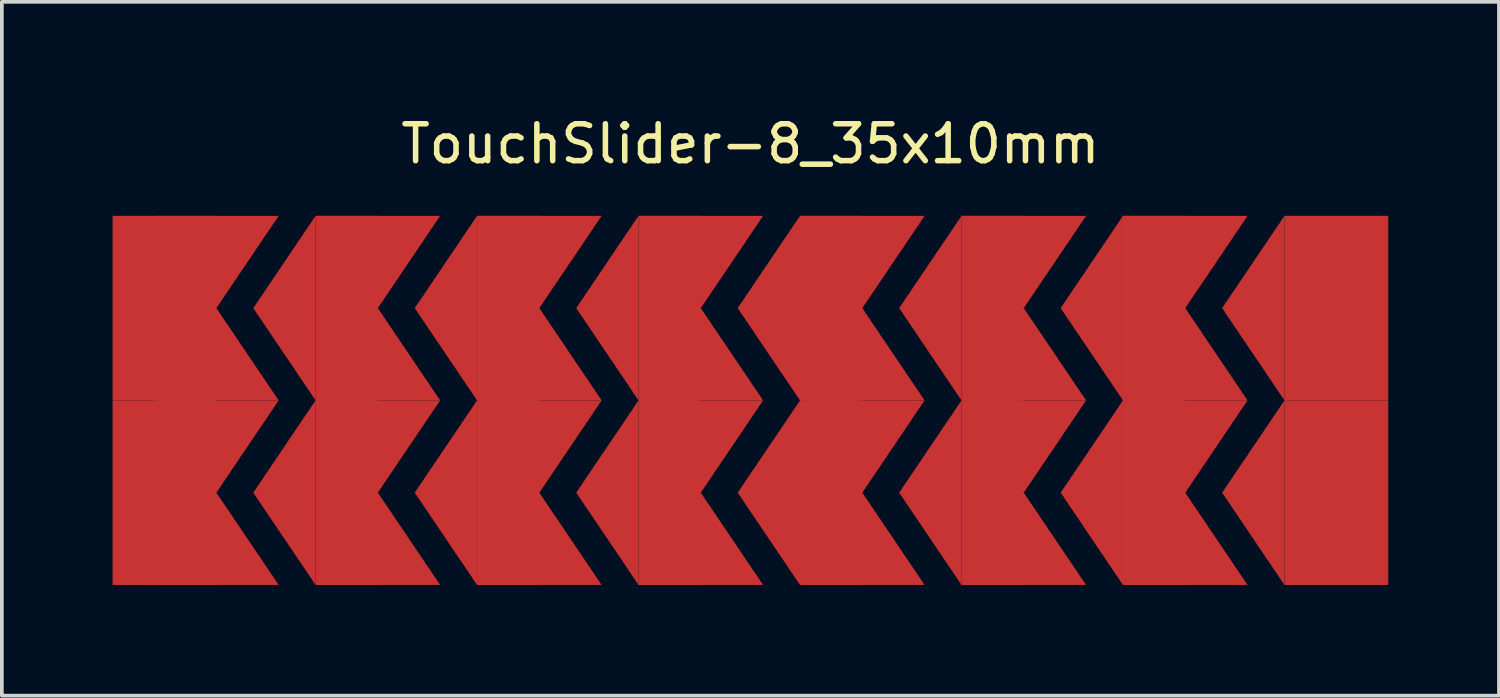
<source format=kicad_pcb>
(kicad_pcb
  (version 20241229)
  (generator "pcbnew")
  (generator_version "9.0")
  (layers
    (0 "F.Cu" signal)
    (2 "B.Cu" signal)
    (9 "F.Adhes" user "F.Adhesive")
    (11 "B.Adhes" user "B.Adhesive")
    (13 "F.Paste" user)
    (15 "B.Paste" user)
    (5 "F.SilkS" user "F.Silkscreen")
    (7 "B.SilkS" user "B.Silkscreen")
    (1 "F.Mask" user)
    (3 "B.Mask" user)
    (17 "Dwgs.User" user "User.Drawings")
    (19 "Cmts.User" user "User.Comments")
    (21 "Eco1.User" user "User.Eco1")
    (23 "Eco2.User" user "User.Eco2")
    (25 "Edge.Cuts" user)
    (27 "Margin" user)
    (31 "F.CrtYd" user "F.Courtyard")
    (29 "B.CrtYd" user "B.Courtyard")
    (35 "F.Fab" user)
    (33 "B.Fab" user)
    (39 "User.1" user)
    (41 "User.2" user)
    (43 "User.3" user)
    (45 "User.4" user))
  (footprint "TouchSlider-8_35x10mm"
    (layer "F.Cu")
    (at 17.281 7.798)
    (property "Reference" "TouchSlider-8_35x10mm" (at 0 -6.95 0) (layer "F.SilkS") (effects (font (size 1 1) (thickness 0.15))))
    (attr smd)
    (pad "1" smd rect (at -15.875 -2.5) (size 2.812 5) (layers "F.Cu" "F.Mask"))
    (pad "1" smd rect (at -15.875 2.5) (size 2.812 5) (layers "F.Cu" "F.Mask"))
    (pad "1" smd trapezoid (at -14.469 -3.75) (size 1.688 2.5) (rect_delta 0 -1.688) (layers "F.Cu" "F.Mask"))
    (pad "1" smd trapezoid (at -14.469 -1.25) (size 1.688 2.5) (rect_delta 0 1.688) (layers "F.Cu" "F.Mask"))
    (pad "1" smd trapezoid (at -14.469 1.25) (size 1.688 2.5) (rect_delta 0 -1.688) (layers "F.Cu" "F.Mask"))
    (pad "1" smd trapezoid (at -14.469 3.75) (size 1.688 2.5) (rect_delta 0 1.688) (layers "F.Cu" "F.Mask"))
    (pad "2" smd trapezoid (at -12.625 -2.5) (size 1.688 2.5) (rect_delta -2.5 0) (layers "F.Cu" "F.Mask"))
    (pad "2" smd trapezoid (at -12.625 2.5) (size 1.688 2.5) (rect_delta -2.5 0) (layers "F.Cu" "F.Mask"))
    (pad "2" smd rect (at -10.938 -2.5) (size 1.688 5) (layers "F.Cu" "F.Mask"))
    (pad "2" smd rect (at -10.938 2.5) (size 1.688 5) (layers "F.Cu" "F.Mask"))
    (pad "2" smd trapezoid (at -10.094 -3.75) (size 1.688 2.5) (rect_delta 0 -1.688) (layers "F.Cu" "F.Mask"))
    (pad "2" smd trapezoid (at -10.094 -1.25) (size 1.688 2.5) (rect_delta 0 1.688) (layers "F.Cu" "F.Mask"))
    (pad "2" smd trapezoid (at -10.094 1.25) (size 1.688 2.5) (rect_delta 0 -1.688) (layers "F.Cu" "F.Mask"))
    (pad "2" smd trapezoid (at -10.094 3.75) (size 1.688 2.5) (rect_delta 0 1.688) (layers "F.Cu" "F.Mask"))
    (pad "3" smd trapezoid (at -8.25 -2.5) (size 1.688 2.5) (rect_delta -2.5 0) (layers "F.Cu" "F.Mask"))
    (pad "3" smd trapezoid (at -8.25 2.5) (size 1.688 2.5) (rect_delta -2.5 0) (layers "F.Cu" "F.Mask"))
    (pad "3" smd rect (at -6.562 -2.5) (size 1.688 5) (layers "F.Cu" "F.Mask"))
    (pad "3" smd rect (at -6.562 2.5) (size 1.688 5) (layers "F.Cu" "F.Mask"))
    (pad "3" smd trapezoid (at -5.719 -3.75) (size 1.688 2.5) (rect_delta 0 -1.688) (layers "F.Cu" "F.Mask"))
    (pad "3" smd trapezoid (at -5.719 -1.25) (size 1.688 2.5) (rect_delta 0 1.688) (layers "F.Cu" "F.Mask"))
    (pad "3" smd trapezoid (at -5.719 1.25) (size 1.688 2.5) (rect_delta 0 -1.688) (layers "F.Cu" "F.Mask"))
    (pad "3" smd trapezoid (at -5.719 3.75) (size 1.688 2.5) (rect_delta 0 1.688) (layers "F.Cu" "F.Mask"))
    (pad "4" smd trapezoid (at -3.875 -2.5) (size 1.688 2.5) (rect_delta -2.5 0) (layers "F.Cu" "F.Mask"))
    (pad "4" smd trapezoid (at -3.875 2.5) (size 1.688 2.5) (rect_delta -2.5 0) (layers "F.Cu" "F.Mask"))
    (pad "4" smd rect (at -2.188 -2.5) (size 1.688 5) (layers "F.Cu" "F.Mask"))
    (pad "4" smd rect (at -2.188 2.5) (size 1.688 5) (layers "F.Cu" "F.Mask"))
    (pad "4" smd trapezoid (at -1.344 -3.75) (size 1.688 2.5) (rect_delta 0 -1.688) (layers "F.Cu" "F.Mask"))
    (pad "4" smd trapezoid (at -1.344 -1.25) (size 1.688 2.5) (rect_delta 0 1.688) (layers "F.Cu" "F.Mask"))
    (pad "4" smd trapezoid (at -1.344 1.25) (size 1.688 2.5) (rect_delta 0 -1.688) (layers "F.Cu" "F.Mask"))
    (pad "4" smd trapezoid (at -1.344 3.75) (size 1.688 2.5) (rect_delta 0 1.688) (layers "F.Cu" "F.Mask"))
    (pad "5" smd trapezoid (at 0.5 -2.5) (size 1.688 2.5) (rect_delta -2.5 0) (layers "F.Cu" "F.Mask"))
    (pad "5" smd trapezoid (at 0.5 2.5) (size 1.688 2.5) (rect_delta -2.5 0) (layers "F.Cu" "F.Mask"))
    (pad "5" smd rect (at 2.188 -2.5) (size 1.688 5) (layers "F.Cu" "F.Mask"))
    (pad "5" smd rect (at 2.188 2.5) (size 1.688 5) (layers "F.Cu" "F.Mask"))
    (pad "5" smd trapezoid (at 3.031 -3.75) (size 1.688 2.5) (rect_delta 0 -1.688) (layers "F.Cu" "F.Mask"))
    (pad "5" smd trapezoid (at 3.031 -1.25) (size 1.688 2.5) (rect_delta 0 1.688) (layers "F.Cu" "F.Mask"))
    (pad "5" smd trapezoid (at 3.031 1.25) (size 1.688 2.5) (rect_delta 0 -1.688) (layers "F.Cu" "F.Mask"))
    (pad "5" smd trapezoid (at 3.031 3.75) (size 1.688 2.5) (rect_delta 0 1.688) (layers "F.Cu" "F.Mask"))
    (pad "6" smd trapezoid (at 4.875 -2.5) (size 1.688 2.5) (rect_delta -2.5 0) (layers "F.Cu" "F.Mask"))
    (pad "6" smd trapezoid (at 4.875 2.5) (size 1.688 2.5) (rect_delta -2.5 0) (layers "F.Cu" "F.Mask"))
    (pad "6" smd rect (at 6.562 -2.5) (size 1.688 5) (layers "F.Cu" "F.Mask"))
    (pad "6" smd rect (at 6.562 2.5) (size 1.688 5) (layers "F.Cu" "F.Mask"))
    (pad "6" smd trapezoid (at 7.406 -3.75) (size 1.688 2.5) (rect_delta 0 -1.688) (layers "F.Cu" "F.Mask"))
    (pad "6" smd trapezoid (at 7.406 -1.25) (size 1.688 2.5) (rect_delta 0 1.688) (layers "F.Cu" "F.Mask"))
    (pad "6" smd trapezoid (at 7.406 1.25) (size 1.688 2.5) (rect_delta 0 -1.688) (layers "F.Cu" "F.Mask"))
    (pad "6" smd trapezoid (at 7.406 3.75) (size 1.688 2.5) (rect_delta 0 1.688) (layers "F.Cu" "F.Mask"))
    (pad "7" smd trapezoid (at 9.25 -2.5) (size 1.688 2.5) (rect_delta -2.5 0) (layers "F.Cu" "F.Mask"))
    (pad "7" smd trapezoid (at 9.25 2.5) (size 1.688 2.5) (rect_delta -2.5 0) (layers "F.Cu" "F.Mask"))
    (pad "7" smd rect (at 10.938 -2.5) (size 1.688 5) (layers "F.Cu" "F.Mask"))
    (pad "7" smd rect (at 10.938 2.5) (size 1.688 5) (layers "F.Cu" "F.Mask"))
    (pad "7" smd trapezoid (at 11.781 -3.75) (size 1.688 2.5) (rect_delta 0 -1.688) (layers "F.Cu" "F.Mask"))
    (pad "7" smd trapezoid (at 11.781 -1.25) (size 1.688 2.5) (rect_delta 0 1.688) (layers "F.Cu" "F.Mask"))
    (pad "7" smd trapezoid (at 11.781 1.25) (size 1.688 2.5) (rect_delta 0 -1.688) (layers "F.Cu" "F.Mask"))
    (pad "7" smd trapezoid (at 11.781 3.75) (size 1.688 2.5) (rect_delta 0 1.688) (layers "F.Cu" "F.Mask"))
    (pad "8" smd trapezoid (at 13.625 -2.5) (size 1.688 2.5) (rect_delta -2.5 0) (layers "F.Cu" "F.Mask"))
    (pad "8" smd trapezoid (at 13.625 2.5) (size 1.688 2.5) (rect_delta -2.5 0) (layers "F.Cu" "F.Mask"))
    (pad "8" smd rect (at 15.875 -2.5) (size 2.812 5) (layers "F.Cu" "F.Mask"))
    (pad "8" smd rect (at 15.875 2.5) (size 2.812 5) (layers "F.Cu" "F.Mask")))
  (gr_rect
    (start -3 -3)
    (end 37.562 15.798)
    (stroke (width 0.1) (type default))
    (fill no)
    (layer "Edge.Cuts")))
</source>
